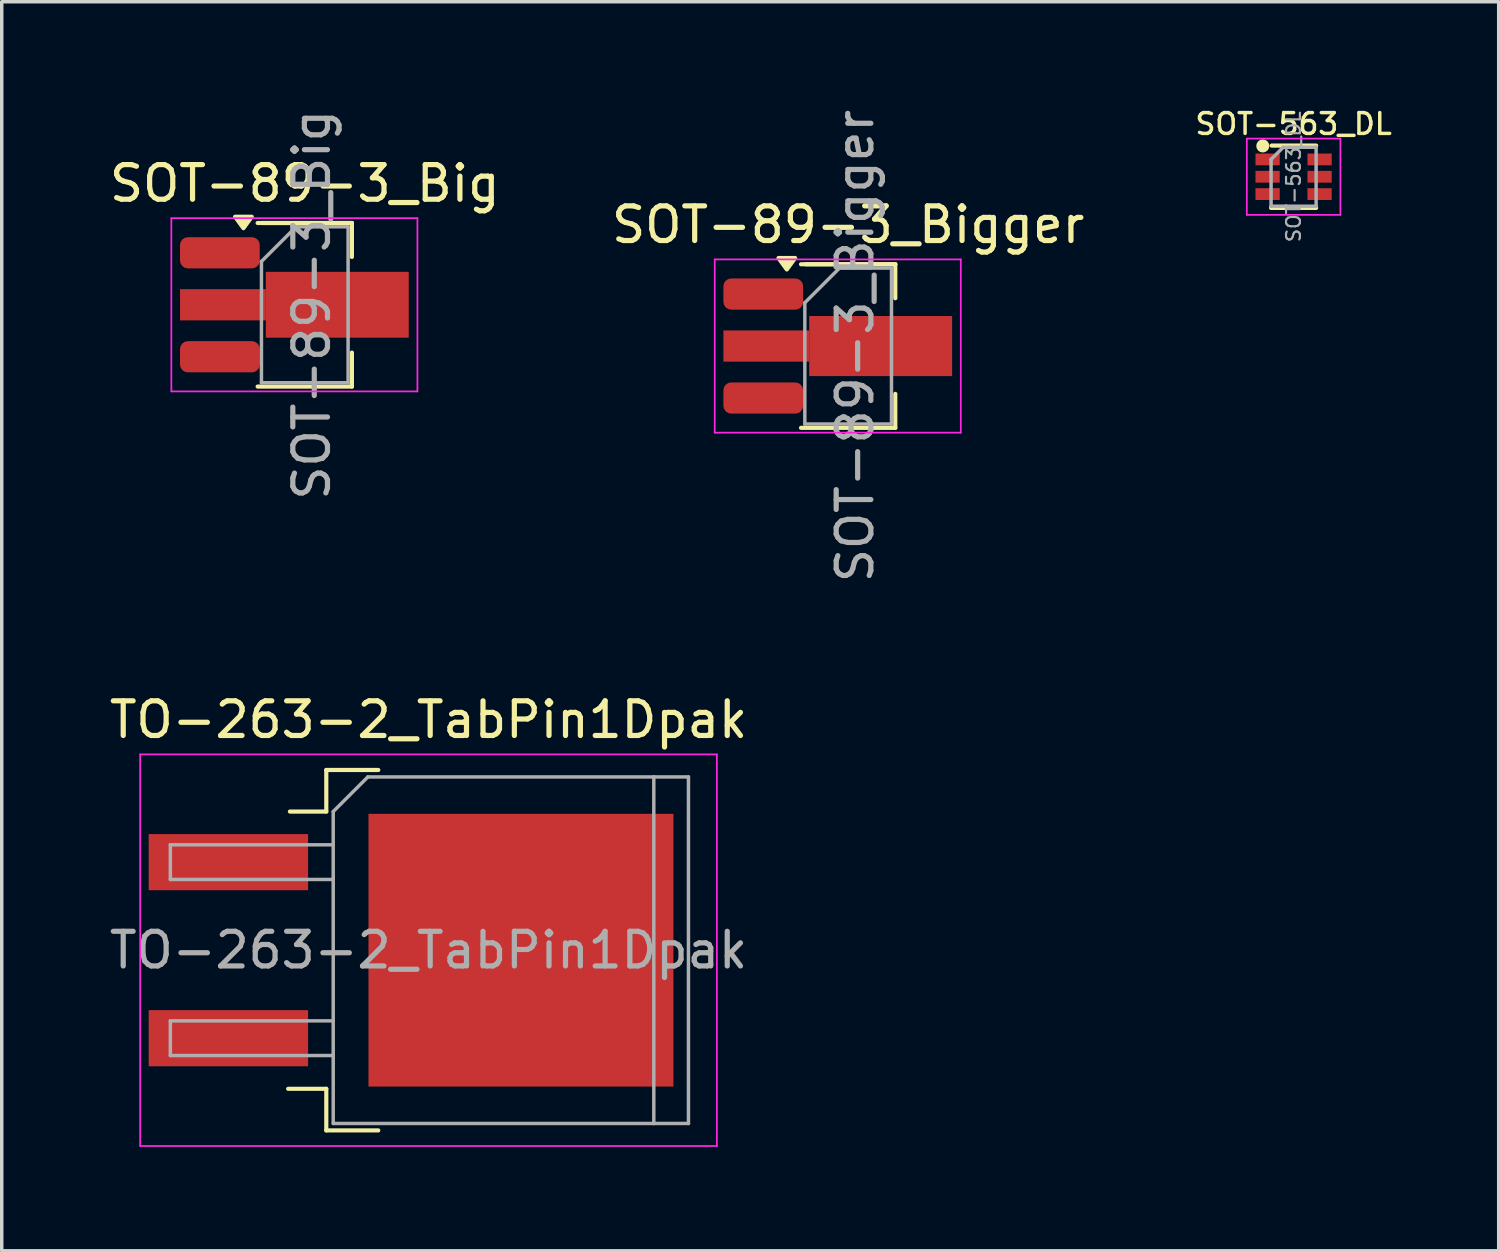
<source format=kicad_pcb>
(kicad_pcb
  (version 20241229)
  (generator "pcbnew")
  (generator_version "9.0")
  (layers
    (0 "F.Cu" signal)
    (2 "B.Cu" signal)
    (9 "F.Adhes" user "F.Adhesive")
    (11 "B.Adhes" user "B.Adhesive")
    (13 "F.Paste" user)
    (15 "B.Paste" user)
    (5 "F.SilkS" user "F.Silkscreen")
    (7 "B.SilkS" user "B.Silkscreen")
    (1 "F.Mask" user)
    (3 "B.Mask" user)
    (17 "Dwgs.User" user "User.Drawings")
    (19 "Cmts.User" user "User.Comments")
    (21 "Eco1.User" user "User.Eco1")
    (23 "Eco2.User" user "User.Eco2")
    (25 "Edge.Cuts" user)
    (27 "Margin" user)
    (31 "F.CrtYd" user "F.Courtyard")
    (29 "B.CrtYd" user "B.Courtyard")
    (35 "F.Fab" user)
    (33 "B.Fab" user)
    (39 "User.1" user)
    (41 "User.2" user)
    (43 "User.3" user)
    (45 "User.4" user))
  (footprint "SOT-89-3_Bigger"
    (layer "F.Cu")
    (at 21.423 6.935)
    (property "Reference" "SOT-89-3_Bigger" (at 0 -3.5 0) (layer "F.SilkS") (effects (font (size 1 1) (thickness 0.15))))
    (attr smd)
    (fp_line (start -1.36 -2.36) (end 1.36 -2.36) (stroke (width 0.12) (type solid)) (layer "F.SilkS"))
    (fp_line (start -1.22 -2.36) (end 1.36 -2.36) (stroke (width 0.12) (type solid)) (layer "F.SilkS"))
    (fp_line (start 1.36 -1.38) (end 1.36 -2.36) (stroke (width 0.12) (type solid)) (layer "F.SilkS"))
    (fp_line (start 1.36 1.38) (end 1.36 2.36) (stroke (width 0.12) (type solid)) (layer "F.SilkS"))
    (fp_line (start 1.36 2.36) (end -1.36 2.36) (stroke (width 0.12) (type solid)) (layer "F.SilkS"))
    (fp_poly (pts (xy -1.77 -2.21) (xy -2.01 -2.54) (xy -1.53 -2.54) (xy -1.77 -2.21)) (stroke (width 0.12) (type solid)) (fill yes) (layer "F.SilkS"))
    (fp_line (start -3.85 2.5) (end -3.85 -2.5) (stroke (width 0.05) (type solid)) (layer "F.CrtYd"))
    (fp_line (start -3.85 2.5) (end 3.25 2.5) (stroke (width 0.05) (type solid)) (layer "F.CrtYd"))
    (fp_line (start 3.25 -2.5) (end -3.85 -2.5) (stroke (width 0.05) (type solid)) (layer "F.CrtYd"))
    (fp_line (start 3.25 -2.5) (end 3.25 2.5) (stroke (width 0.05) (type solid)) (layer "F.CrtYd"))
    (fp_line (start -1.25 -1.25) (end -0.25 -2.25) (stroke (width 0.1) (type solid)) (layer "F.Fab"))
    (fp_line (start -1.25 2.25) (end -1.25 -1.25) (stroke (width 0.1) (type solid)) (layer "F.Fab"))
    (fp_line (start -0.25 -2.25) (end 1.25 -2.25) (stroke (width 0.1) (type solid)) (layer "F.Fab"))
    (fp_line (start 1.25 -2.25) (end 1.25 2.25) (stroke (width 0.1) (type solid)) (layer "F.Fab"))
    (fp_line (start 1.25 2.25) (end -1.25 2.25) (stroke (width 0.1) (type solid)) (layer "F.Fab"))
    (fp_text user "${REFERENCE}" (at 0.2 0 90) (layer "F.Fab") (effects (font (size 1 1) (thickness 0.15))))
    (pad "1" smd roundrect (at -2.45 -1.5) (size 2.3 0.9) (layers "F.Cu" "F.Mask" "F.Paste") (roundrect_rratio 0.25))
    (pad "2" smd custom (at -2.362 0) (size 2.475 0.9) (layers "F.Cu" "F.Mask" "F.Paste") (options (anchor rect)) (primitives (gr_poly (pts (xy 5.362 0.867) (xy 1.238 0.867) (xy 1.238 -0.867) (xy 5.362 -0.867)) (width 0) (fill yes))))
    (pad "3" smd roundrect (at -2.45 1.5) (size 2.3 0.9) (layers "F.Cu" "F.Mask" "F.Paste") (roundrect_rratio 0.25)))
  (footprint "TO-263-2_TabPin1Dpak"
    (layer "F.Cu")
    (at 9.315 24.367)
    (property "Reference" "TO-263-2_TabPin1Dpak" (at 0 -6.65 0) (layer "F.SilkS") (effects (font (size 1 1) (thickness 0.15))))
    (attr smd)
    (fp_line (start -2.95 -5.2) (end -2.95 -4) (stroke (width 0.12) (type solid)) (layer "F.SilkS"))
    (fp_line (start -2.95 -4) (end -4 -4) (stroke (width 0.12) (type solid)) (layer "F.SilkS"))
    (fp_line (start -2.95 4) (end -4.05 4) (stroke (width 0.12) (type solid)) (layer "F.SilkS"))
    (fp_line (start -2.95 5.2) (end -2.95 4) (stroke (width 0.12) (type solid)) (layer "F.SilkS"))
    (fp_line (start -1.45 -5.2) (end -2.95 -5.2) (stroke (width 0.12) (type solid)) (layer "F.SilkS"))
    (fp_line (start -1.45 5.2) (end -2.95 5.2) (stroke (width 0.12) (type solid)) (layer "F.SilkS"))
    (fp_line (start -8.32 -5.65) (end -8.32 5.65) (stroke (width 0.05) (type solid)) (layer "F.CrtYd"))
    (fp_line (start -8.32 5.65) (end 8.32 5.65) (stroke (width 0.05) (type solid)) (layer "F.CrtYd"))
    (fp_line (start 8.32 -5.65) (end -8.32 -5.65) (stroke (width 0.05) (type solid)) (layer "F.CrtYd"))
    (fp_line (start 8.32 5.65) (end 8.32 -5.65) (stroke (width 0.05) (type solid)) (layer "F.CrtYd"))
    (fp_line (start -7.45 -3.04) (end -7.45 -2.04) (stroke (width 0.1) (type solid)) (layer "F.Fab"))
    (fp_line (start -7.45 -2.04) (end -2.75 -2.04) (stroke (width 0.1) (type solid)) (layer "F.Fab"))
    (fp_line (start -7.45 2.04) (end -7.45 3.04) (stroke (width 0.1) (type solid)) (layer "F.Fab"))
    (fp_line (start -7.45 3.04) (end -2.75 3.04) (stroke (width 0.1) (type solid)) (layer "F.Fab"))
    (fp_line (start -2.75 -4) (end -1.75 -5) (stroke (width 0.1) (type solid)) (layer "F.Fab"))
    (fp_line (start -2.75 -3.04) (end -7.45 -3.04) (stroke (width 0.1) (type solid)) (layer "F.Fab"))
    (fp_line (start -2.75 2.04) (end -7.45 2.04) (stroke (width 0.1) (type solid)) (layer "F.Fab"))
    (fp_line (start -2.75 5) (end -2.75 -4) (stroke (width 0.1) (type solid)) (layer "F.Fab"))
    (fp_line (start -1.75 -5) (end 6.5 -5) (stroke (width 0.1) (type solid)) (layer "F.Fab"))
    (fp_line (start 6.5 -5) (end 6.5 5) (stroke (width 0.1) (type solid)) (layer "F.Fab"))
    (fp_line (start 6.5 -5) (end 7.5 -5) (stroke (width 0.1) (type solid)) (layer "F.Fab"))
    (fp_line (start 6.5 5) (end -2.75 5) (stroke (width 0.1) (type solid)) (layer "F.Fab"))
    (fp_line (start 7.5 -5) (end 7.5 5) (stroke (width 0.1) (type solid)) (layer "F.Fab"))
    (fp_line (start 7.5 5) (end 6.5 5) (stroke (width 0.1) (type solid)) (layer "F.Fab"))
    (fp_text user "${REFERENCE}" (at 0 0 0) (layer "F.Fab") (effects (font (size 1 1) (thickness 0.15))))
    (pad "" smd rect (at 0.508 -1.968) (size 3.81 3.429) (layers "F.Paste"))
    (pad "" smd rect (at 0.508 1.968) (size 3.81 3.429) (layers "F.Paste"))
    (pad "" smd rect (at 4.826 -1.968) (size 3.81 3.429) (layers "F.Paste"))
    (pad "" smd rect (at 4.826 1.968) (size 3.81 3.429) (layers "F.Paste"))
    (pad "1" smd rect (at -5.775 -2.54) (size 4.6 1.62) (layers "F.Cu" "F.Mask" "F.Paste"))
    (pad "1" smd rect (at 2.667 0) (size 8.8 7.87) (layers "F.Cu" "F.Mask"))
    (pad "2" smd rect (at -5.775 2.54) (size 4.6 1.62) (layers "F.Cu" "F.Mask" "F.Paste")))
  (footprint "SOT-89-3_Big"
    (layer "F.Cu")
    (at 5.744 5.744)
    (property "Reference" "SOT-89-3_Big" (at 0 -3.5 0) (layer "F.SilkS") (effects (font (size 1 1) (thickness 0.15))))
    (attr smd)
    (fp_poly (pts (xy 3 0.95) (xy -1.125 0.95) (xy -1.125 -0.95) (xy 3 -0.95)) (stroke (width 0) (type solid)) (fill yes) (layer "F.Cu"))
    (fp_line (start -1.36 -2.36) (end 1.36 -2.36) (stroke (width 0.12) (type solid)) (layer "F.SilkS"))
    (fp_line (start -1.22 -2.36) (end 1.36 -2.36) (stroke (width 0.12) (type solid)) (layer "F.SilkS"))
    (fp_line (start 1.36 -1.38) (end 1.36 -2.36) (stroke (width 0.12) (type solid)) (layer "F.SilkS"))
    (fp_line (start 1.36 1.38) (end 1.36 2.36) (stroke (width 0.12) (type solid)) (layer "F.SilkS"))
    (fp_line (start 1.36 2.36) (end -1.36 2.36) (stroke (width 0.12) (type solid)) (layer "F.SilkS"))
    (fp_poly (pts (xy -1.77 -2.21) (xy -2.01 -2.54) (xy -1.53 -2.54) (xy -1.77 -2.21)) (stroke (width 0.12) (type solid)) (fill yes) (layer "F.SilkS"))
    (fp_line (start -3.85 2.5) (end -3.85 -2.5) (stroke (width 0.05) (type solid)) (layer "F.CrtYd"))
    (fp_line (start -3.85 2.5) (end 3.25 2.5) (stroke (width 0.05) (type solid)) (layer "F.CrtYd"))
    (fp_line (start 3.25 -2.5) (end -3.85 -2.5) (stroke (width 0.05) (type solid)) (layer "F.CrtYd"))
    (fp_line (start 3.25 -2.5) (end 3.25 2.5) (stroke (width 0.05) (type solid)) (layer "F.CrtYd"))
    (fp_line (start -1.25 -1.25) (end -0.25 -2.25) (stroke (width 0.1) (type solid)) (layer "F.Fab"))
    (fp_line (start -1.25 2.25) (end -1.25 -1.25) (stroke (width 0.1) (type solid)) (layer "F.Fab"))
    (fp_line (start -0.25 -2.25) (end 1.25 -2.25) (stroke (width 0.1) (type solid)) (layer "F.Fab"))
    (fp_line (start 1.25 -2.25) (end 1.25 2.25) (stroke (width 0.1) (type solid)) (layer "F.Fab"))
    (fp_line (start 1.25 2.25) (end -1.25 2.25) (stroke (width 0.1) (type solid)) (layer "F.Fab"))
    (fp_text user "${REFERENCE}" (at 0.2 0 90) (layer "F.Fab") (effects (font (size 1 1) (thickness 0.15))))
    (pad "1" smd roundrect (at -2.45 -1.5) (size 2.3 0.9) (layers "F.Cu" "F.Mask" "F.Paste") (roundrect_rratio 0.25))
    (pad "2" smd rect (at -2.362 0) (size 2.475 0.9) (layers "F.Cu" "F.Mask" "F.Paste"))
    (pad "3" smd roundrect (at -2.45 1.5) (size 2.3 0.9) (layers "F.Cu" "F.Mask" "F.Paste") (roundrect_rratio 0.25)))
  (footprint "SOT-563_DL"
    (layer "F.Cu")
    (at 34.276 2.05)
    (property "Reference" "SOT-563_DL" (at 0 -1.524 0) (layer "F.SilkS") (effects (font (size 0.6 0.6) (thickness 0.1))))
    (attr smd)
    (fp_line (start -0.635 -0.9) (end 0.65 -0.9) (stroke (width 0.12) (type solid)) (layer "F.SilkS"))
    (fp_line (start 0.65 0.9) (end -0.65 0.9) (stroke (width 0.12) (type solid)) (layer "F.SilkS"))
    (fp_circle (center -0.889 -0.889) (end -0.762 -0.889) (stroke (width 0.12) (type solid)) (fill yes) (layer "F.SilkS"))
    (fp_line (start -1.35 -1.1) (end -1.35 1.1) (stroke (width 0.05) (type solid)) (layer "F.CrtYd"))
    (fp_line (start -1.35 -1.1) (end 1.35 -1.1) (stroke (width 0.05) (type solid)) (layer "F.CrtYd"))
    (fp_line (start 1.35 1.1) (end -1.35 1.1) (stroke (width 0.05) (type solid)) (layer "F.CrtYd"))
    (fp_line (start 1.35 1.1) (end 1.35 -1.1) (stroke (width 0.05) (type solid)) (layer "F.CrtYd"))
    (fp_line (start -0.65 -0.5) (end -0.65 0.85) (stroke (width 0.1) (type solid)) (layer "F.Fab"))
    (fp_line (start -0.65 -0.5) (end -0.3 -0.85) (stroke (width 0.1) (type solid)) (layer "F.Fab"))
    (fp_line (start -0.65 0.85) (end 0.65 0.85) (stroke (width 0.1) (type solid)) (layer "F.Fab"))
    (fp_line (start 0.65 -0.85) (end -0.3 -0.85) (stroke (width 0.1) (type solid)) (layer "F.Fab"))
    (fp_line (start 0.65 0.85) (end 0.65 -0.85) (stroke (width 0.1) (type solid)) (layer "F.Fab"))
    (fp_text user "${REFERENCE}" (at 0 0 90) (layer "F.Fab") (effects (font (size 0.4 0.4) (thickness 0.062))))
    (pad "1" smd rect (at -0.75 -0.5) (size 0.7 0.34) (layers "F.Cu" "F.Mask" "F.Paste"))
    (pad "2" smd rect (at -0.75 0) (size 0.7 0.34) (layers "F.Cu" "F.Mask" "F.Paste"))
    (pad "3" smd rect (at -0.75 0.5) (size 0.7 0.34) (layers "F.Cu" "F.Mask" "F.Paste"))
    (pad "4" smd rect (at 0.75 0.5) (size 0.7 0.34) (layers "F.Cu" "F.Mask" "F.Paste"))
    (pad "5" smd rect (at 0.75 0) (size 0.7 0.34) (layers "F.Cu" "F.Mask" "F.Paste"))
    (pad "6" smd rect (at 0.75 -0.5) (size 0.7 0.34) (layers "F.Cu" "F.Mask" "F.Paste")))
  (gr_rect
    (start -3 -3)
    (end 40.194 33.042)
    (stroke (width 0.1) (type default))
    (fill no)
    (layer "Edge.Cuts")))
</source>
